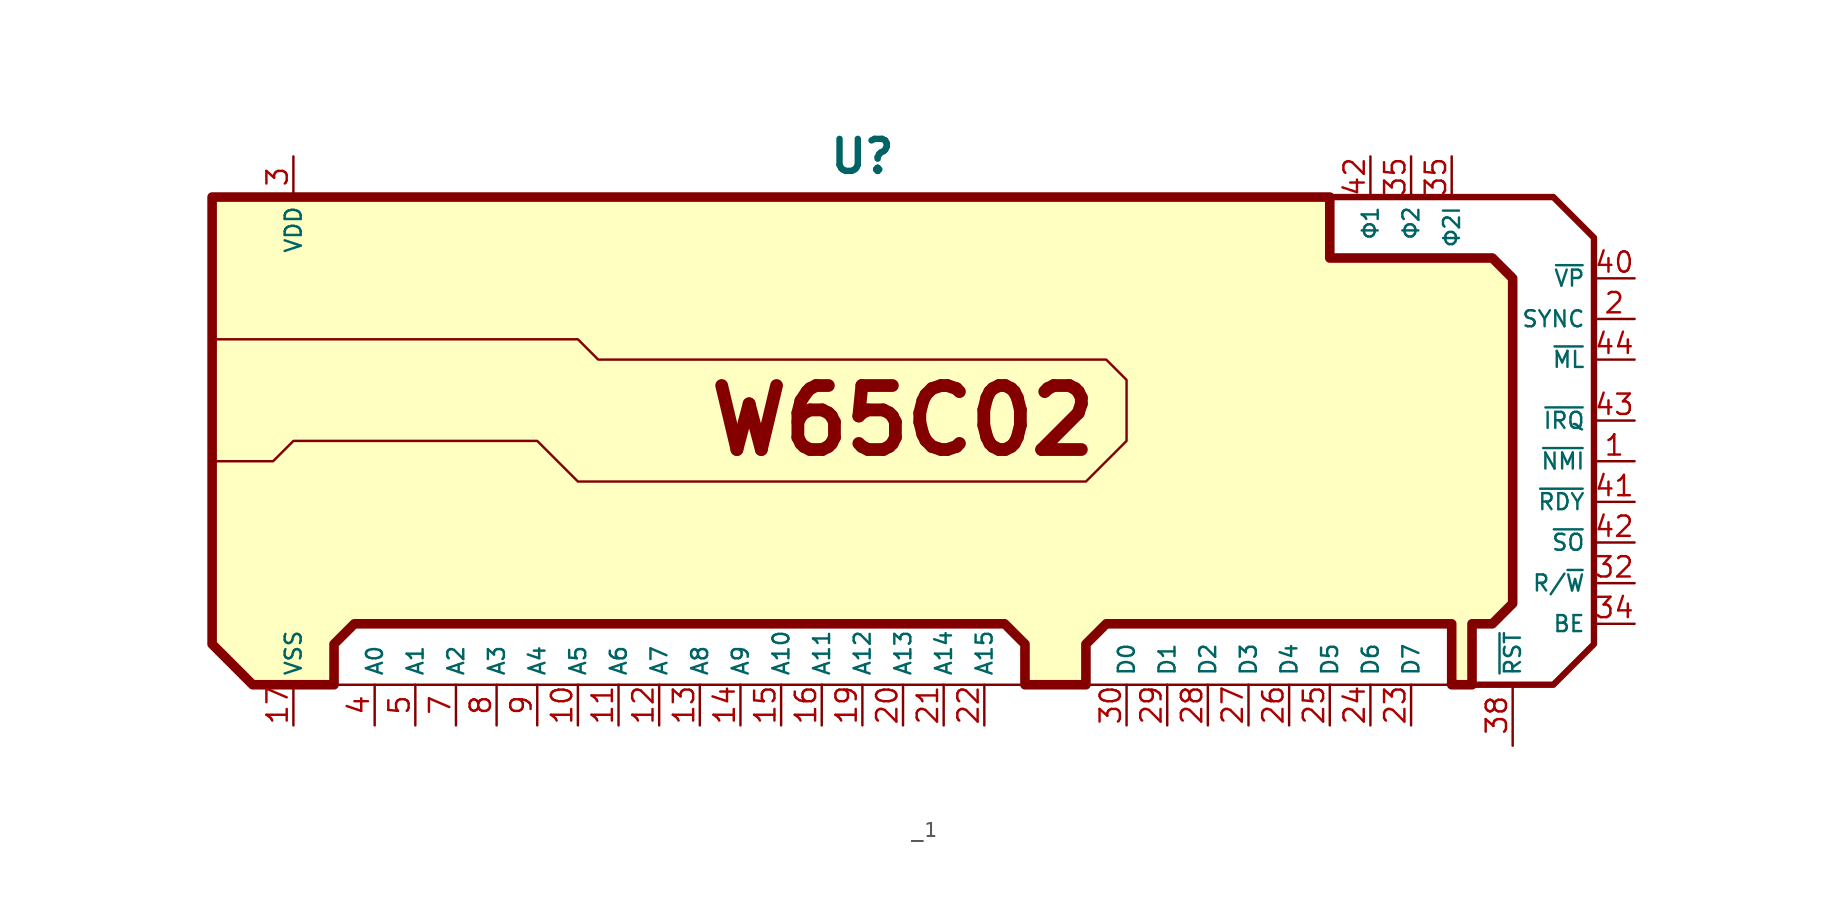
<source format=kicad_sym>
(kicad_symbol_lib
  (version 20241209)
  (generator "kicad_symbol_editor")
  (generator_version "9.0")
  (symbol "_1"
    (property "Reference" "U"
      (at -3.81 16.51 0)
      (effects (font (size 2 2) (thickness 0.4) (bold yes))))
    (property "Value" ""
      (at 0 0 0)
      (effects (font (size 1.27 1.27))))
    (symbol "_1_1_1"
      (polyline (pts (xy -44.45 5.08) (xy -21.59 5.08) (xy -20.32 3.81) (xy 11.43 3.81) (xy 12.7 2.54) (xy 12.7 -1.27) (xy 10.16 -3.81) (xy -21.59 -3.81) (xy -24.13 -1.27) (xy -39.37 -1.27) (xy -40.64 -2.54) (xy -44.45 -2.54) (xy -44.45 6.35)) (stroke (width 0) (type solid)) (fill (type color) (color 255 255 255 1)))
      (polyline (pts (xy -36.83 -16.51) (xy 6.35 -16.51)) (stroke (width 0) (type default)) (fill (type none)))
      (polyline (pts (xy 10.16 -16.51) (xy 33.02 -16.51)) (stroke (width 0) (type default)) (fill (type none)))
      (polyline (pts (xy 25.4 13.97) (xy 39.37 13.97) (xy 41.91 11.43) (xy 41.91 -13.97) (xy 39.37 -16.51) (xy 34.29 -16.51)) (stroke (width 0.4) (type solid)) (fill (type none)))
      (polyline (pts (xy 25.4 10.16) (xy 35.56 10.16) (xy 36.83 8.89) (xy 36.83 -11.43) (xy 35.56 -12.7) (xy 34.29 -12.7) (xy 34.29 -16.51) (xy 33.02 -16.51) (xy 33.02 -12.7) (xy 11.43 -12.7) (xy 10.16 -13.97) (xy 10.16 -16.51) (xy 6.35 -16.51) (xy 6.35 -13.97) (xy 5.08 -12.7) (xy -35.56 -12.7) (xy -36.83 -13.97) (xy -36.83 -16.51) (xy -41.91 -16.51) (xy -44.45 -13.97) (xy -44.45 13.97) (xy 25.4 13.97) (xy 25.4 10.16)) (stroke (width 0.6) (type solid)) (fill (type background)))
      (text "W65C02" (at -1.27 0 0) (effects (font (size 4 4) (thickness 0.8) (bold yes))))
      (pin power_in line (at -39.37 16.51 270) (length 2.54) (name "VDD" (effects (font (size 1 1)))) (number "3" (effects (font (size 1.27 1.27)))))
      (pin power_in line (at -39.37 16.51 270) (length 2.54) (hide yes) (name "VDD2" (effects (font (size 1 1)))) (number "31" (effects (font (size 1.27 1.27)))))
      (pin power_in line (at -39.37 -19.05 90) (length 2.54) (name "VSS" (effects (font (size 1 1)))) (number "17" (effects (font (size 1.27 1.27)))))
      (pin power_in line (at -39.37 -19.05 90) (length 2.54) (hide yes) (name "VSS2" (effects (font (size 1 1)))) (number "18" (effects (font (size 1.27 1.27)))))
      (pin power_in line (at -39.37 -19.05 90) (length 2.54) (hide yes) (name "VSS3" (effects (font (size 1 1)))) (number "39" (effects (font (size 1.27 1.27)))))
      (pin bidirectional line (at -34.29 -19.05 90) (length 2.54) (name "A0" (effects (font (size 1 1)))) (number "4" (effects (font (size 1.27 1.27)))))
      (pin bidirectional line (at -31.75 -19.05 90) (length 2.54) (name "A1" (effects (font (size 1 1)))) (number "5" (effects (font (size 1.27 1.27)))))
      (pin bidirectional line (at -29.21 -19.05 90) (length 2.54) (name "A2" (effects (font (size 1 1)))) (number "7" (effects (font (size 1.27 1.27)))))
      (pin bidirectional line (at -26.67 -19.05 90) (length 2.54) (name "A3" (effects (font (size 1 1)))) (number "8" (effects (font (size 1.27 1.27)))))
      (pin bidirectional line (at -24.13 -19.05 90) (length 2.54) (name "A4" (effects (font (size 1 1)))) (number "9" (effects (font (size 1.27 1.27)))))
      (pin bidirectional line (at -21.59 -19.05 90) (length 2.54) (name "A5" (effects (font (size 1 1)))) (number "10" (effects (font (size 1.27 1.27)))))
      (pin bidirectional line (at -19.05 -19.05 90) (length 2.54) (name "A6" (effects (font (size 1 1)))) (number "11" (effects (font (size 1.27 1.27)))))
      (pin bidirectional line (at -16.51 -19.05 90) (length 2.54) (name "A7" (effects (font (size 1 1)))) (number "12" (effects (font (size 1.27 1.27)))))
      (pin bidirectional line (at -13.97 -19.05 90) (length 2.54) (name "A8" (effects (font (size 1 1)))) (number "13" (effects (font (size 1.27 1.27)))))
      (pin bidirectional line (at -11.43 -19.05 90) (length 2.54) (name "A9" (effects (font (size 1 1)))) (number "14" (effects (font (size 1.27 1.27)))))
      (pin bidirectional line (at -8.89 -19.05 90) (length 2.54) (name "A10" (effects (font (size 1 1)))) (number "15" (effects (font (size 1.27 1.27)))))
      (pin bidirectional line (at -6.35 -19.05 90) (length 2.54) (name "A11" (effects (font (size 1 1)))) (number "16" (effects (font (size 1.27 1.27)))))
      (pin bidirectional line (at -3.81 -19.05 90) (length 2.54) (name "A12" (effects (font (size 1 1)))) (number "19" (effects (font (size 1.27 1.27)))))
      (pin bidirectional line (at -1.27 -19.05 90) (length 2.54) (name "A13" (effects (font (size 1 1)))) (number "20" (effects (font (size 1.27 1.27)))))
      (pin bidirectional line (at 1.27 -19.05 90) (length 2.54) (name "A14" (effects (font (size 1 1)))) (number "21" (effects (font (size 1.27 1.27)))))
      (pin bidirectional line (at 3.81 -19.05 90) (length 2.54) (name "A15" (effects (font (size 1 1)))) (number "22" (effects (font (size 1.27 1.27)))))
      (pin bidirectional line (at 12.7 -19.05 90) (length 2.54) (name "D0" (effects (font (size 1 1)))) (number "30" (effects (font (size 1.27 1.27)))))
      (pin bidirectional line (at 15.24 -19.05 90) (length 2.54) (name "D1" (effects (font (size 1 1)))) (number "29" (effects (font (size 1.27 1.27)))))
      (pin bidirectional line (at 17.78 -19.05 90) (length 2.54) (name "D2" (effects (font (size 1 1)))) (number "28" (effects (font (size 1.27 1.27)))))
      (pin bidirectional line (at 20.32 -19.05 90) (length 2.54) (name "D3" (effects (font (size 1 1)))) (number "27" (effects (font (size 1.27 1.27)))))
      (pin bidirectional line (at 22.86 -19.05 90) (length 2.54) (name "D4" (effects (font (size 1 1)))) (number "26" (effects (font (size 1.27 1.27)))))
      (pin bidirectional line (at 25.4 -19.05 90) (length 2.54) (name "D5" (effects (font (size 1 1)))) (number "25" (effects (font (size 1.27 1.27)))))
      (pin output line (at 27.94 16.51 270) (length 2.54) (name "Φ1" (effects (font (size 1 1)))) (number "42" (effects (font (size 1.27 1.27)))))
      (pin bidirectional line (at 27.94 -19.05 90) (length 2.54) (name "D6" (effects (font (size 1 1)))) (number "24" (effects (font (size 1.27 1.27)))))
      (pin output line (at 30.48 16.51 270) (length 2.54) (name "Φ2" (effects (font (size 1 1)))) (number "35" (effects (font (size 1.27 1.27)))))
      (pin bidirectional line (at 30.48 -19.05 90) (length 2.54) (name "D7" (effects (font (size 1 1)))) (number "23" (effects (font (size 1.27 1.27)))))
      (pin input line (at 33.02 16.51 270) (length 2.54) (name "Φ2I" (effects (font (size 1 1)))) (number "35" (effects (font (size 1.27 1.27)))))
      (pin input line (at 36.83 -20.32 90) (length 3.81) (name "~{RST}" (effects (font (size 1 1)))) (number "38" (effects (font (size 1.27 1.27)))))
      (pin output line (at 44.45 8.89 180) (length 2.54) (name "~{VP}" (effects (font (size 1 1)))) (number "40" (effects (font (size 1.27 1.27)))))
      (pin output line (at 44.45 6.35 180) (length 2.54) (name "SYNC" (effects (font (size 1 1)))) (number "2" (effects (font (size 1.27 1.27)))))
      (pin output line (at 44.45 3.81 180) (length 2.54) (name "~{ML}" (effects (font (size 1 1)))) (number "44" (effects (font (size 1.27 1.27)))))
      (pin input line (at 44.45 0 180) (length 2.54) (name "~{IRQ}" (effects (font (size 1 1)))) (number "43" (effects (font (size 1.27 1.27)))))
      (pin input line (at 44.45 -2.54 180) (length 2.54) (name "~{NMI}" (effects (font (size 1 1)))) (number "1" (effects (font (size 1.27 1.27)))))
      (pin input line (at 44.45 -5.08 180) (length 2.54) (name "~{RDY}" (effects (font (size 1 1)))) (number "41" (effects (font (size 1.27 1.27)))))
      (pin input line (at 44.45 -7.62 180) (length 2.54) (name "~{SO}" (effects (font (size 1 1)))) (number "42" (effects (font (size 1.27 1.27)))))
      (pin input line (at 44.45 -10.16 180) (length 2.54) (name "R/~{W}" (effects (font (size 1 1)))) (number "32" (effects (font (size 1.27 1.27)))))
      (pin input line (at 44.45 -12.7 180) (length 2.54) (name "BE" (effects (font (size 1 1)))) (number "34" (effects (font (size 1.27 1.27))))))))
</source>
